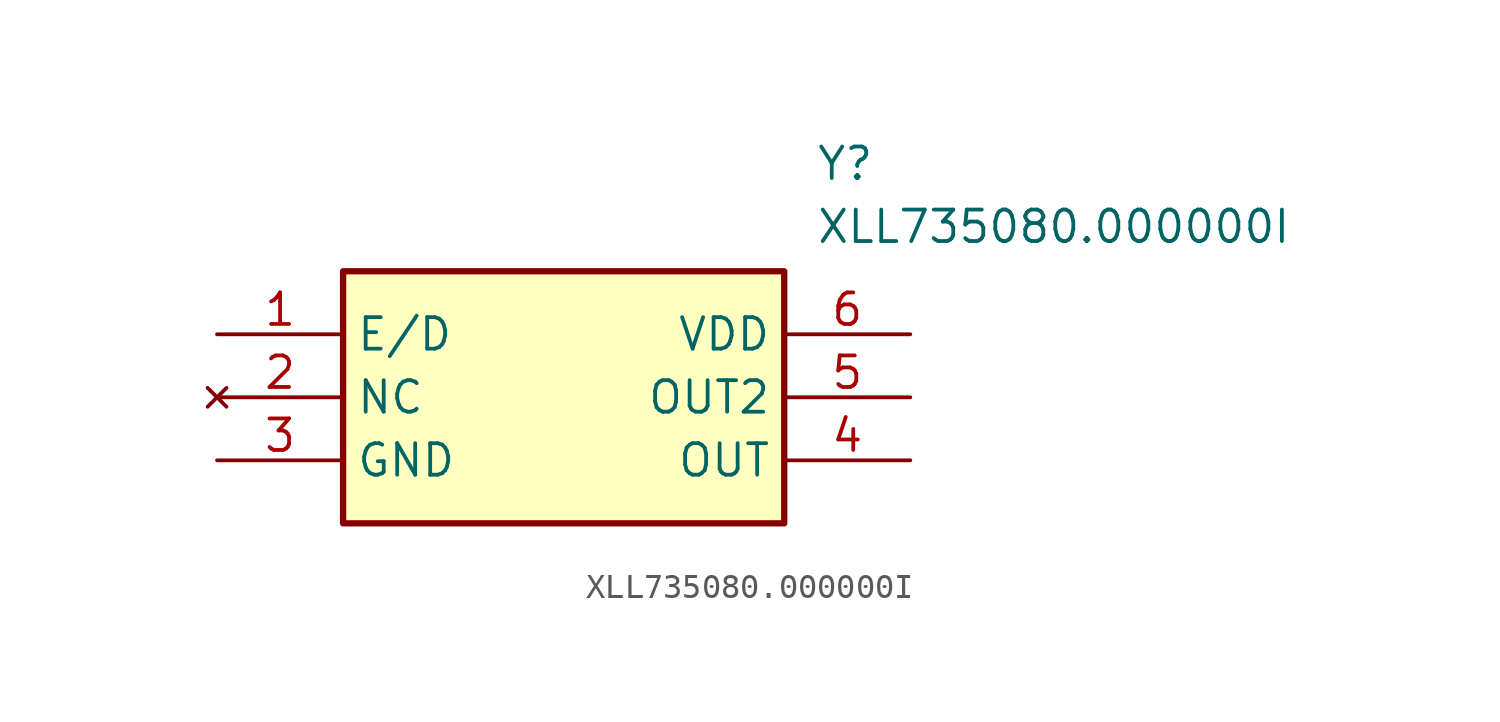
<source format=kicad_sym>
(kicad_symbol_lib
  (version 20211014)
  (generator SamacSys_ECAD_Model)
  (symbol "XLL735080.000000I"
    (property "Reference" "Y"
      (at 24.13 7.62 0)
      (effects (font (size 1.27 1.27)) (justify left top)))
    (property "Value" "XLL735080.000000I"
      (at 24.13 5.08 0)
      (effects (font (size 1.27 1.27)) (justify left top)))
    (rectangle
      (start 5.08 2.54)
      (end 22.86 -7.62)
      (stroke (width 0.254) (type default))
      (fill (type background)))
    (pin passive line
      (at 0 0 0)
      (length 5.08)
      (name "E/D" (effects (font (size 1.27 1.27))))
      (number "1" (effects (font (size 1.27 1.27)))))
    (pin no_connect line
      (at 0 -2.54 0)
      (length 5.08)
      (name "NC" (effects (font (size 1.27 1.27))))
      (number "2" (effects (font (size 1.27 1.27)))))
    (pin passive line
      (at 0 -5.08 0)
      (length 5.08)
      (name "GND" (effects (font (size 1.27 1.27))))
      (number "3" (effects (font (size 1.27 1.27)))))
    (pin passive line
      (at 27.94 -5.08 180)
      (length 5.08)
      (name "OUT" (effects (font (size 1.27 1.27))))
      (number "4" (effects (font (size 1.27 1.27)))))
    (pin passive line
      (at 27.94 -2.54 180)
      (length 5.08)
      (name "OUT2" (effects (font (size 1.27 1.27))))
      (number "5" (effects (font (size 1.27 1.27)))))
    (pin passive line
      (at 27.94 0 180)
      (length 5.08)
      (name "VDD" (effects (font (size 1.27 1.27))))
      (number "6" (effects (font (size 1.27 1.27)))))))
</source>
